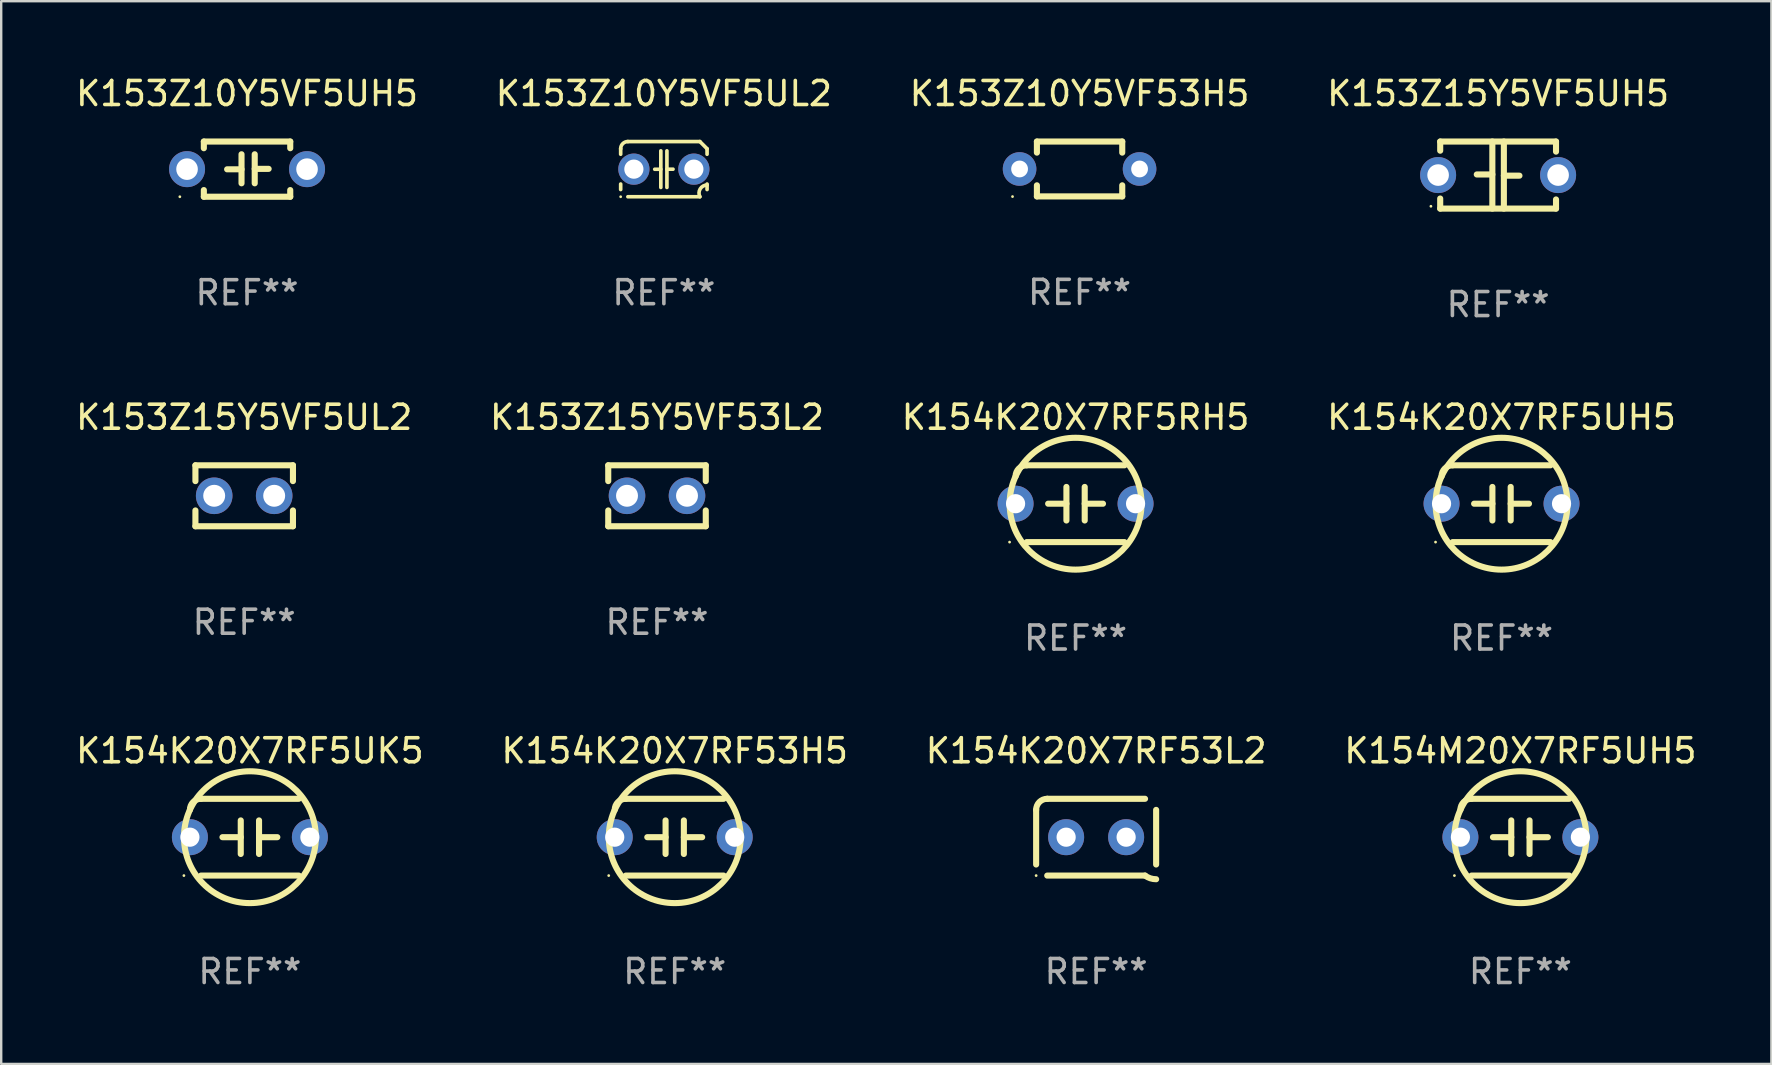
<source format=kicad_pcb>
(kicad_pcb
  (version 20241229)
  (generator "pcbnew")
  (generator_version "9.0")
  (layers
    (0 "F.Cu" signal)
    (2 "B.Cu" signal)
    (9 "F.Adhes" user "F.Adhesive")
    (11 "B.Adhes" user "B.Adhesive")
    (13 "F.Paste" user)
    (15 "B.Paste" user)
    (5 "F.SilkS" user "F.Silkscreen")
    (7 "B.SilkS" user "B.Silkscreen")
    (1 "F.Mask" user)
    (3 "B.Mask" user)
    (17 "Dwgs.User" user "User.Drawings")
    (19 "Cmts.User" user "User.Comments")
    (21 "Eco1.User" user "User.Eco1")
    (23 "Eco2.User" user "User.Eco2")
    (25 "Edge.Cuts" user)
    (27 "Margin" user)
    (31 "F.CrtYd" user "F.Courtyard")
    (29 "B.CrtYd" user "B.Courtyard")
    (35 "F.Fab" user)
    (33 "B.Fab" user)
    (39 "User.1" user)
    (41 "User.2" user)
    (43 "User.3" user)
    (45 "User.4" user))
  (footprint "K154K20X7RF5RH5"
    (layer "F.Cu")
    (at 41.768 17.939)
    (property "Reference" "K154K20X7RF5RH5" (at 0 -3.6 0) (layer "F.SilkS") (effects (font (size 1 1) (thickness 0.15))))
    (attr through_hole)
    (fp_line (start -2.038 1.6) (end 2.038 1.6) (stroke (width 0.254) (type solid)) (layer "F.SilkS"))
    (fp_line (start -1.143 0) (end -0.381 0) (stroke (width 0.254) (type solid)) (layer "F.SilkS"))
    (fp_line (start -0.381 -0.699) (end -0.381 0.699) (stroke (width 0.254) (type solid)) (layer "F.SilkS"))
    (fp_line (start 0.381 -0.699) (end 0.381 0.699) (stroke (width 0.254) (type solid)) (layer "F.SilkS"))
    (fp_line (start 1.143 0) (end 0.381 0) (stroke (width 0.254) (type solid)) (layer "F.SilkS"))
    (fp_line (start 2.038 -1.6) (end -2.038 -1.6) (stroke (width 0.254) (type solid)) (layer "F.SilkS"))
    (fp_arc (start -2.500127 -1.137744) (mid -2.364728 -1.464626) (end -2.037846 -1.600025) (stroke (width 0.254001) (type solid)) (layer "F.SilkS"))
    (fp_arc (start -2.500127 1.137719) (mid 2.500149 -1.137741) (end -2.500127 1.137719) (stroke (width 0.254001) (type solid)) (layer "F.SilkS"))
    (fp_circle (center -2.75 1.6) (end -2.72 1.6) (stroke (width 0.06) (type solid)) (fill no) (layer "F.SilkS"))
    (fp_text user "REF**" (at 0 5.6 0) (layer "F.Fab") (effects (font (size 1 1) (thickness 0.15))))
    (pad "1" thru_hole circle (at -2.5 0) (size 1.5 1.5) (drill 0.8) (layers "*.Cu" "*.Mask"))
    (pad "2" thru_hole circle (at 2.5 0) (size 1.5 1.5) (drill 0.8) (layers "*.Cu" "*.Mask")))
  (footprint "K154K20X7RF53H5"
    (layer "F.Cu")
    (at 25.065 31.835)
    (property "Reference" "K154K20X7RF53H5" (at 0 -3.6 0) (layer "F.SilkS") (effects (font (size 1 1) (thickness 0.15))))
    (attr through_hole)
    (fp_line (start -2.038 1.6) (end 2.038 1.6) (stroke (width 0.254) (type solid)) (layer "F.SilkS"))
    (fp_line (start -1.143 0) (end -0.381 0) (stroke (width 0.254) (type solid)) (layer "F.SilkS"))
    (fp_line (start -0.381 -0.699) (end -0.381 0.699) (stroke (width 0.254) (type solid)) (layer "F.SilkS"))
    (fp_line (start 0.381 -0.699) (end 0.381 0.699) (stroke (width 0.254) (type solid)) (layer "F.SilkS"))
    (fp_line (start 1.143 0) (end 0.381 0) (stroke (width 0.254) (type solid)) (layer "F.SilkS"))
    (fp_line (start 2.038 -1.6) (end -2.038 -1.6) (stroke (width 0.254) (type solid)) (layer "F.SilkS"))
    (fp_arc (start -2.500127 -1.137744) (mid -2.364728 -1.464626) (end -2.037846 -1.600025) (stroke (width 0.254001) (type solid)) (layer "F.SilkS"))
    (fp_arc (start -2.500127 1.137719) (mid 2.500149 -1.137741) (end -2.500127 1.137719) (stroke (width 0.254001) (type solid)) (layer "F.SilkS"))
    (fp_circle (center -2.75 1.6) (end -2.72 1.6) (stroke (width 0.06) (type solid)) (fill no) (layer "F.SilkS"))
    (fp_text user "REF**" (at 0 5.6 0) (layer "F.Fab") (effects (font (size 1 1) (thickness 0.15))))
    (pad "1" thru_hole circle (at -2.5 0) (size 1.5 1.5) (drill 0.8) (layers "*.Cu" "*.Mask"))
    (pad "2" thru_hole circle (at 2.5 0) (size 1.5 1.5) (drill 0.8) (layers "*.Cu" "*.Mask")))
  (footprint "K153Z15Y5VF5UH5"
    (layer "F.Cu")
    (at 59.375 4.245)
    (property "Reference" "K153Z15Y5VF5UH5" (at 0 -3.397 0) (layer "F.SilkS") (effects (font (size 1 1) (thickness 0.15))))
    (attr through_hole)
    (fp_line (start -2.413 -1.397) (end 2.413 -1.397) (stroke (width 0.254) (type solid)) (layer "F.SilkS"))
    (fp_line (start -2.413 -1.016) (end -2.413 -1.397) (stroke (width 0.254) (type solid)) (layer "F.SilkS"))
    (fp_line (start -2.413 0.977) (end -2.413 1.397) (stroke (width 0.254) (type solid)) (layer "F.SilkS"))
    (fp_line (start -0.24 -0.025) (end -0.889 -0.025) (stroke (width 0.254) (type solid)) (layer "F.SilkS"))
    (fp_line (start -0.24 1.397) (end -0.24 -1.397) (stroke (width 0.254) (type solid)) (layer "F.SilkS"))
    (fp_line (start 0.24 -1.397) (end 0.24 1.397) (stroke (width 0.254) (type solid)) (layer "F.SilkS"))
    (fp_line (start 0.24 0.025) (end 0.889 0.025) (stroke (width 0.254) (type solid)) (layer "F.SilkS"))
    (fp_line (start 2.413 -0.977) (end 2.413 -1.397) (stroke (width 0.254) (type solid)) (layer "F.SilkS"))
    (fp_line (start 2.413 1.016) (end 2.413 1.397) (stroke (width 0.254) (type solid)) (layer "F.SilkS"))
    (fp_line (start 2.413 1.397) (end -2.413 1.397) (stroke (width 0.254) (type solid)) (layer "F.SilkS"))
    (fp_circle (center -2.8 1.3) (end -2.77 1.3) (stroke (width 0.06) (type solid)) (fill no) (layer "F.SilkS"))
    (fp_text user "REF**" (at 0 5.397 0) (layer "F.Fab") (effects (font (size 1 1) (thickness 0.15))))
    (pad "1" thru_hole circle (at -2.5 0) (size 1.5 1.5) (drill 0.9) (layers "*.Cu" "*.Mask"))
    (pad "2" thru_hole circle (at 2.5 0) (size 1.5 1.5) (drill 0.9) (layers "*.Cu" "*.Mask")))
  (footprint "K153Z10Y5VF5UL2"
    (layer "F.Cu")
    (at 24.613 3.998)
    (property "Reference" "K153Z10Y5VF5UL2" (at 0 -3.15 0) (layer "F.SilkS") (effects (font (size 1 1) (thickness 0.15))))
    (attr through_hole)
    (fp_line (start -1.8 -0.621) (end -1.8 -0.85) (stroke (width 0.152) (type solid)) (layer "F.SilkS"))
    (fp_line (start -1.8 0.85) (end -1.8 0.621) (stroke (width 0.152) (type solid)) (layer "F.SilkS"))
    (fp_line (start -1.5 -1.15) (end 1.5 -1.15) (stroke (width 0.152) (type solid)) (layer "F.SilkS"))
    (fp_line (start -0.127 -0.762) (end -0.127 0.762) (stroke (width 0.152) (type solid)) (layer "F.SilkS"))
    (fp_line (start -0.127 0.005) (end -0.381 0.005) (stroke (width 0.152) (type solid)) (layer "F.SilkS"))
    (fp_line (start 0.127 -0.762) (end 0.127 0.762) (stroke (width 0.152) (type solid)) (layer "F.SilkS"))
    (fp_line (start 0.127 0.002) (end 0.381 0.002) (stroke (width 0.152) (type solid)) (layer "F.SilkS"))
    (fp_line (start 1.5 1.15) (end -1.5 1.15) (stroke (width 0.152) (type solid)) (layer "F.SilkS"))
    (fp_line (start 1.8 -0.85) (end 1.8 -0.621) (stroke (width 0.152) (type solid)) (layer "F.SilkS"))
    (fp_line (start 1.8 0.621) (end 1.8 0.85) (stroke (width 0.152) (type solid)) (layer "F.SilkS"))
    (fp_arc (start -1.799975 -0.849987) (mid -1.712107 -1.062119) (end -1.499975 -1.149987) (stroke (width 0.151994) (type solid)) (layer "F.SilkS"))
    (fp_arc (start 1.499975 1.149987) (mid 1.513726 0.822359) (end 1.799975 0.662387) (stroke (width 0.151994) (type solid)) (layer "F.SilkS"))
    (fp_arc (start 1.500001 -1.149986) (mid 1.650015 -1.000001) (end 1.8 -0.849987) (stroke (width 0.151994) (type solid)) (layer "F.SilkS"))
    (fp_circle (center -1.8 1.15) (end -1.77 1.15) (stroke (width 0.06) (type solid)) (fill no) (layer "F.SilkS"))
    (fp_text user "REF**" (at 0 5.15 0) (layer "F.Fab") (effects (font (size 1 1) (thickness 0.15))))
    (pad "1" thru_hole circle (at -1.25 0) (size 1.3 1.3) (drill 0.8) (layers "*.Cu" "*.Mask"))
    (pad "2" thru_hole circle (at 1.25 0) (size 1.3 1.3) (drill 0.8) (layers "*.Cu" "*.Mask")))
  (footprint "K154K20X7RF5UK5"
    (layer "F.Cu")
    (at 7.363 31.835)
    (property "Reference" "K154K20X7RF5UK5" (at 0 -3.6 0) (layer "F.SilkS") (effects (font (size 1 1) (thickness 0.15))))
    (attr through_hole)
    (fp_line (start -2.038 1.6) (end 2.038 1.6) (stroke (width 0.254) (type solid)) (layer "F.SilkS"))
    (fp_line (start -1.143 0) (end -0.381 0) (stroke (width 0.254) (type solid)) (layer "F.SilkS"))
    (fp_line (start -0.381 -0.699) (end -0.381 0.699) (stroke (width 0.254) (type solid)) (layer "F.SilkS"))
    (fp_line (start 0.381 -0.699) (end 0.381 0.699) (stroke (width 0.254) (type solid)) (layer "F.SilkS"))
    (fp_line (start 1.143 0) (end 0.381 0) (stroke (width 0.254) (type solid)) (layer "F.SilkS"))
    (fp_line (start 2.038 -1.6) (end -2.038 -1.6) (stroke (width 0.254) (type solid)) (layer "F.SilkS"))
    (fp_arc (start -2.500127 -1.137744) (mid -2.364728 -1.464626) (end -2.037846 -1.600025) (stroke (width 0.254001) (type solid)) (layer "F.SilkS"))
    (fp_arc (start -2.500127 1.137719) (mid 2.500149 -1.137741) (end -2.500127 1.137719) (stroke (width 0.254001) (type solid)) (layer "F.SilkS"))
    (fp_circle (center -2.75 1.6) (end -2.72 1.6) (stroke (width 0.06) (type solid)) (fill no) (layer "F.SilkS"))
    (fp_text user "REF**" (at 0 5.6 0) (layer "F.Fab") (effects (font (size 1 1) (thickness 0.15))))
    (pad "1" thru_hole circle (at -2.5 0) (size 1.5 1.5) (drill 0.8) (layers "*.Cu" "*.Mask"))
    (pad "2" thru_hole circle (at 2.5 0) (size 1.5 1.5) (drill 0.8) (layers "*.Cu" "*.Mask")))
  (footprint "K154K20X7RF53L2"
    (layer "F.Cu")
    (at 42.625 31.835)
    (property "Reference" "K154K20X7RF53L2" (at 0 -3.6 0) (layer "F.SilkS") (effects (font (size 1 1) (thickness 0.15))))
    (attr through_hole)
    (fp_line (start -2.5 1.138) (end -2.5 -1.138) (stroke (width 0.254) (type solid)) (layer "F.SilkS"))
    (fp_line (start -2.038 1.6) (end 2.038 1.6) (stroke (width 0.254) (type solid)) (layer "F.SilkS"))
    (fp_line (start 2.038 -1.6) (end -2.038 -1.6) (stroke (width 0.254) (type solid)) (layer "F.SilkS"))
    (fp_line (start 2.5 -1.138) (end 2.5 1.138) (stroke (width 0.254) (type solid)) (layer "F.SilkS"))
    (fp_arc (start -2.5 -1.137744) (mid -2.364601 -1.464626) (end -2.037719 -1.600025) (stroke (width 0.254001) (type solid)) (layer "F.SilkS"))
    (fp_arc (start -2.5 1.137719) (mid 2.500022 -1.137741) (end -2.5 1.137719) (stroke (width 0.254001) (type solid)) (layer "F.SilkS"))
    (fp_arc (start 2.5 1.751767) (mid 2.256726 1.712861) (end 2.037719 1.600025) (stroke (width 0.254001) (type solid)) (layer "F.SilkS"))
    (fp_circle (center -2.5 1.6) (end -2.47 1.6) (stroke (width 0.06) (type solid)) (fill no) (layer "F.SilkS"))
    (fp_text user "REF**" (at 0 5.6 0) (layer "F.Fab") (effects (font (size 1 1) (thickness 0.15))))
    (pad "1" thru_hole circle (at -1.25 -0.000076) (size 1.5 1.5) (drill 0.8) (layers "*.Cu" "*.Mask"))
    (pad "2" thru_hole circle (at 1.25 -0.000076) (size 1.5 1.5) (drill 0.8) (layers "*.Cu" "*.Mask")))
  (footprint "K153Z15Y5VF53L2"
    (layer "F.Cu")
    (at 24.327 17.609)
    (property "Reference" "K153Z15Y5VF53L2" (at 0 -3.27 0) (layer "F.SilkS") (effects (font (size 1 1) (thickness 0.15))))
    (attr through_hole)
    (fp_line (start -2.032 -1.27) (end -2.032 -0.611) (stroke (width 0.254) (type solid)) (layer "F.SilkS"))
    (fp_line (start -2.032 0.611) (end -2.032 1.27) (stroke (width 0.254) (type solid)) (layer "F.SilkS"))
    (fp_line (start -2.032 1.27) (end 2.032 1.27) (stroke (width 0.254) (type solid)) (layer "F.SilkS"))
    (fp_line (start 2.032 -1.27) (end -2.032 -1.27) (stroke (width 0.254) (type solid)) (layer "F.SilkS"))
    (fp_line (start 2.032 -0.611) (end 2.032 -1.27) (stroke (width 0.254) (type solid)) (layer "F.SilkS"))
    (fp_line (start 2.032 1.27) (end 2.032 0.611) (stroke (width 0.254) (type solid)) (layer "F.SilkS"))
    (fp_circle (center -2 1.3) (end -1.97 1.3) (stroke (width 0.06) (type solid)) (fill no) (layer "F.SilkS"))
    (fp_text user "REF**" (at 0 5.27 0) (layer "F.Fab") (effects (font (size 1 1) (thickness 0.15))))
    (pad "1" thru_hole circle (at -1.25 0) (size 1.524 1.524) (drill 0.914) (layers "*.Cu" "*.Mask"))
    (pad "2" thru_hole circle (at 1.25 0) (size 1.524 1.524) (drill 0.914) (layers "*.Cu" "*.Mask")))
  (footprint "K154K20X7RF5UH5"
    (layer "F.Cu")
    (at 59.518 17.939)
    (property "Reference" "K154K20X7RF5UH5" (at 0 -3.6 0) (layer "F.SilkS") (effects (font (size 1 1) (thickness 0.15))))
    (attr through_hole)
    (fp_line (start -2.038 1.6) (end 2.038 1.6) (stroke (width 0.254) (type solid)) (layer "F.SilkS"))
    (fp_line (start -1.143 0) (end -0.381 0) (stroke (width 0.254) (type solid)) (layer "F.SilkS"))
    (fp_line (start -0.381 -0.699) (end -0.381 0.699) (stroke (width 0.254) (type solid)) (layer "F.SilkS"))
    (fp_line (start 0.381 -0.699) (end 0.381 0.699) (stroke (width 0.254) (type solid)) (layer "F.SilkS"))
    (fp_line (start 1.143 0) (end 0.381 0) (stroke (width 0.254) (type solid)) (layer "F.SilkS"))
    (fp_line (start 2.038 -1.6) (end -2.038 -1.6) (stroke (width 0.254) (type solid)) (layer "F.SilkS"))
    (fp_arc (start -2.500127 -1.137744) (mid -2.364728 -1.464626) (end -2.037846 -1.600025) (stroke (width 0.254001) (type solid)) (layer "F.SilkS"))
    (fp_arc (start -2.500127 1.137719) (mid 2.500149 -1.137741) (end -2.500127 1.137719) (stroke (width 0.254001) (type solid)) (layer "F.SilkS"))
    (fp_circle (center -2.75 1.6) (end -2.72 1.6) (stroke (width 0.06) (type solid)) (fill no) (layer "F.SilkS"))
    (fp_text user "REF**" (at 0 5.6 0) (layer "F.Fab") (effects (font (size 1 1) (thickness 0.15))))
    (pad "1" thru_hole circle (at -2.5 0) (size 1.5 1.5) (drill 0.8) (layers "*.Cu" "*.Mask"))
    (pad "2" thru_hole circle (at 2.5 0) (size 1.5 1.5) (drill 0.8) (layers "*.Cu" "*.Mask")))
  (footprint "K153Z10Y5VF5UH5"
    (layer "F.Cu")
    (at 7.244 3.998)
    (property "Reference" "K153Z10Y5VF5UH5" (at 0 -3.15 0) (layer "F.SilkS") (effects (font (size 1 1) (thickness 0.15))))
    (attr through_hole)
    (fp_line (start -1.8 -1.15) (end -1.8 -0.872) (stroke (width 0.254) (type solid)) (layer "F.SilkS"))
    (fp_line (start -1.8 -1.15) (end 1.8 -1.15) (stroke (width 0.254) (type solid)) (layer "F.SilkS"))
    (fp_line (start -1.8 0.872) (end -1.8 1.15) (stroke (width 0.254) (type solid)) (layer "F.SilkS"))
    (fp_line (start -1.8 1.15) (end 1.8 1.15) (stroke (width 0.254) (type solid)) (layer "F.SilkS"))
    (fp_line (start -0.23 -0.62) (end -0.23 0.59) (stroke (width 0.254) (type solid)) (layer "F.SilkS"))
    (fp_line (start -0.23 0.007) (end -0.83 0.007) (stroke (width 0.254) (type solid)) (layer "F.SilkS"))
    (fp_line (start 0.32 -0.62) (end 0.32 0.59) (stroke (width 0.254) (type solid)) (layer "F.SilkS"))
    (fp_line (start 0.32 -0.012) (end 0.9 -0.012) (stroke (width 0.254) (type solid)) (layer "F.SilkS"))
    (fp_line (start 1.8 -1.15) (end 1.8 -0.872) (stroke (width 0.254) (type solid)) (layer "F.SilkS"))
    (fp_line (start 1.8 0.872) (end 1.8 1.15) (stroke (width 0.254) (type solid)) (layer "F.SilkS"))
    (fp_circle (center -2.8 1.15) (end -2.77 1.15) (stroke (width 0.06) (type solid)) (fill no) (layer "F.SilkS"))
    (fp_text user "REF**" (at 0 5.15 0) (layer "F.Fab") (effects (font (size 1 1) (thickness 0.15))))
    (pad "1" thru_hole circle (at -2.5 0) (size 1.5 1.5) (drill 0.9) (layers "*.Cu" "*.Mask"))
    (pad "2" thru_hole circle (at 2.5 0) (size 1.5 1.5) (drill 0.9) (layers "*.Cu" "*.Mask")))
  (footprint "K153Z15Y5VF5UL2"
    (layer "F.Cu")
    (at 7.125 17.609)
    (property "Reference" "K153Z15Y5VF5UL2" (at 0 -3.27 0) (layer "F.SilkS") (effects (font (size 1 1) (thickness 0.15))))
    (attr through_hole)
    (fp_line (start -2.032 -1.27) (end -2.032 -0.611) (stroke (width 0.254) (type solid)) (layer "F.SilkS"))
    (fp_line (start -2.032 0.611) (end -2.032 1.27) (stroke (width 0.254) (type solid)) (layer "F.SilkS"))
    (fp_line (start -2.032 1.27) (end 2.032 1.27) (stroke (width 0.254) (type solid)) (layer "F.SilkS"))
    (fp_line (start 2.032 -1.27) (end -2.032 -1.27) (stroke (width 0.254) (type solid)) (layer "F.SilkS"))
    (fp_line (start 2.032 -0.611) (end 2.032 -1.27) (stroke (width 0.254) (type solid)) (layer "F.SilkS"))
    (fp_line (start 2.032 1.27) (end 2.032 0.611) (stroke (width 0.254) (type solid)) (layer "F.SilkS"))
    (fp_circle (center -2 1.3) (end -1.97 1.3) (stroke (width 0.06) (type solid)) (fill no) (layer "F.SilkS"))
    (fp_text user "REF**" (at 0 5.27 0) (layer "F.Fab") (effects (font (size 1 1) (thickness 0.15))))
    (pad "1" thru_hole circle (at -1.25 0) (size 1.524 1.524) (drill 0.914) (layers "*.Cu" "*.Mask"))
    (pad "2" thru_hole circle (at 1.25 0) (size 1.524 1.524) (drill 0.914) (layers "*.Cu" "*.Mask")))
  (footprint "K153Z10Y5VF53H5"
    (layer "F.Cu")
    (at 41.935 3.991)
    (property "Reference" "K153Z10Y5VF53H5" (at 0 -3.143 0) (layer "F.SilkS") (effects (font (size 1 1) (thickness 0.15))))
    (attr through_hole)
    (fp_line (start -1.778 -1.143) (end 1.778 -1.143) (stroke (width 0.254) (type solid)) (layer "F.SilkS"))
    (fp_line (start -1.778 -0.681) (end -1.778 -1.143) (stroke (width 0.254) (type solid)) (layer "F.SilkS"))
    (fp_line (start -1.778 1.143) (end -1.778 0.681) (stroke (width 0.254) (type solid)) (layer "F.SilkS"))
    (fp_line (start 1.778 -1.143) (end 1.778 -0.681) (stroke (width 0.254) (type solid)) (layer "F.SilkS"))
    (fp_line (start 1.778 0.681) (end 1.778 1.143) (stroke (width 0.254) (type solid)) (layer "F.SilkS"))
    (fp_line (start 1.778 1.143) (end -1.778 1.143) (stroke (width 0.254) (type solid)) (layer "F.SilkS"))
    (fp_circle (center -2.794 1.15) (end -2.764 1.15) (stroke (width 0.06) (type solid)) (fill no) (layer "F.SilkS"))
    (fp_text user "REF**" (at 0 5.143 0) (layer "F.Fab") (effects (font (size 1 1) (thickness 0.15))))
    (pad "1" thru_hole circle (at -2.5 0) (size 1.4 1.4) (drill 0.7) (layers "*.Cu" "*.Mask"))
    (pad "2" thru_hole circle (at 2.5 0) (size 1.4 1.4) (drill 0.7) (layers "*.Cu" "*.Mask")))
  (footprint "K154M20X7RF5UH5"
    (layer "F.Cu")
    (at 60.304 31.835)
    (property "Reference" "K154M20X7RF5UH5" (at 0 -3.6 0) (layer "F.SilkS") (effects (font (size 1 1) (thickness 0.15))))
    (attr through_hole)
    (fp_line (start -2.038 1.6) (end 2.038 1.6) (stroke (width 0.254) (type solid)) (layer "F.SilkS"))
    (fp_line (start -1.143 0) (end -0.381 0) (stroke (width 0.254) (type solid)) (layer "F.SilkS"))
    (fp_line (start -0.381 -0.699) (end -0.381 0.699) (stroke (width 0.254) (type solid)) (layer "F.SilkS"))
    (fp_line (start 0.381 -0.699) (end 0.381 0.699) (stroke (width 0.254) (type solid)) (layer "F.SilkS"))
    (fp_line (start 1.143 0) (end 0.381 0) (stroke (width 0.254) (type solid)) (layer "F.SilkS"))
    (fp_line (start 2.038 -1.6) (end -2.038 -1.6) (stroke (width 0.254) (type solid)) (layer "F.SilkS"))
    (fp_arc (start -2.500127 -1.137744) (mid -2.364728 -1.464626) (end -2.037846 -1.600025) (stroke (width 0.254001) (type solid)) (layer "F.SilkS"))
    (fp_arc (start -2.500127 1.137719) (mid 2.500149 -1.137741) (end -2.500127 1.137719) (stroke (width 0.254001) (type solid)) (layer "F.SilkS"))
    (fp_circle (center -2.75 1.6) (end -2.72 1.6) (stroke (width 0.06) (type solid)) (fill no) (layer "F.SilkS"))
    (fp_text user "REF**" (at 0 5.6 0) (layer "F.Fab") (effects (font (size 1 1) (thickness 0.15))))
    (pad "1" thru_hole circle (at -2.5 0) (size 1.5 1.5) (drill 0.8) (layers "*.Cu" "*.Mask"))
    (pad "2" thru_hole circle (at 2.5 0) (size 1.5 1.5) (drill 0.8) (layers "*.Cu" "*.Mask")))
  (gr_rect
    (start -3 -3)
    (end 70.762 41.284)
    (stroke (width 0.1) (type default))
    (fill no)
    (layer "Edge.Cuts")))
</source>
